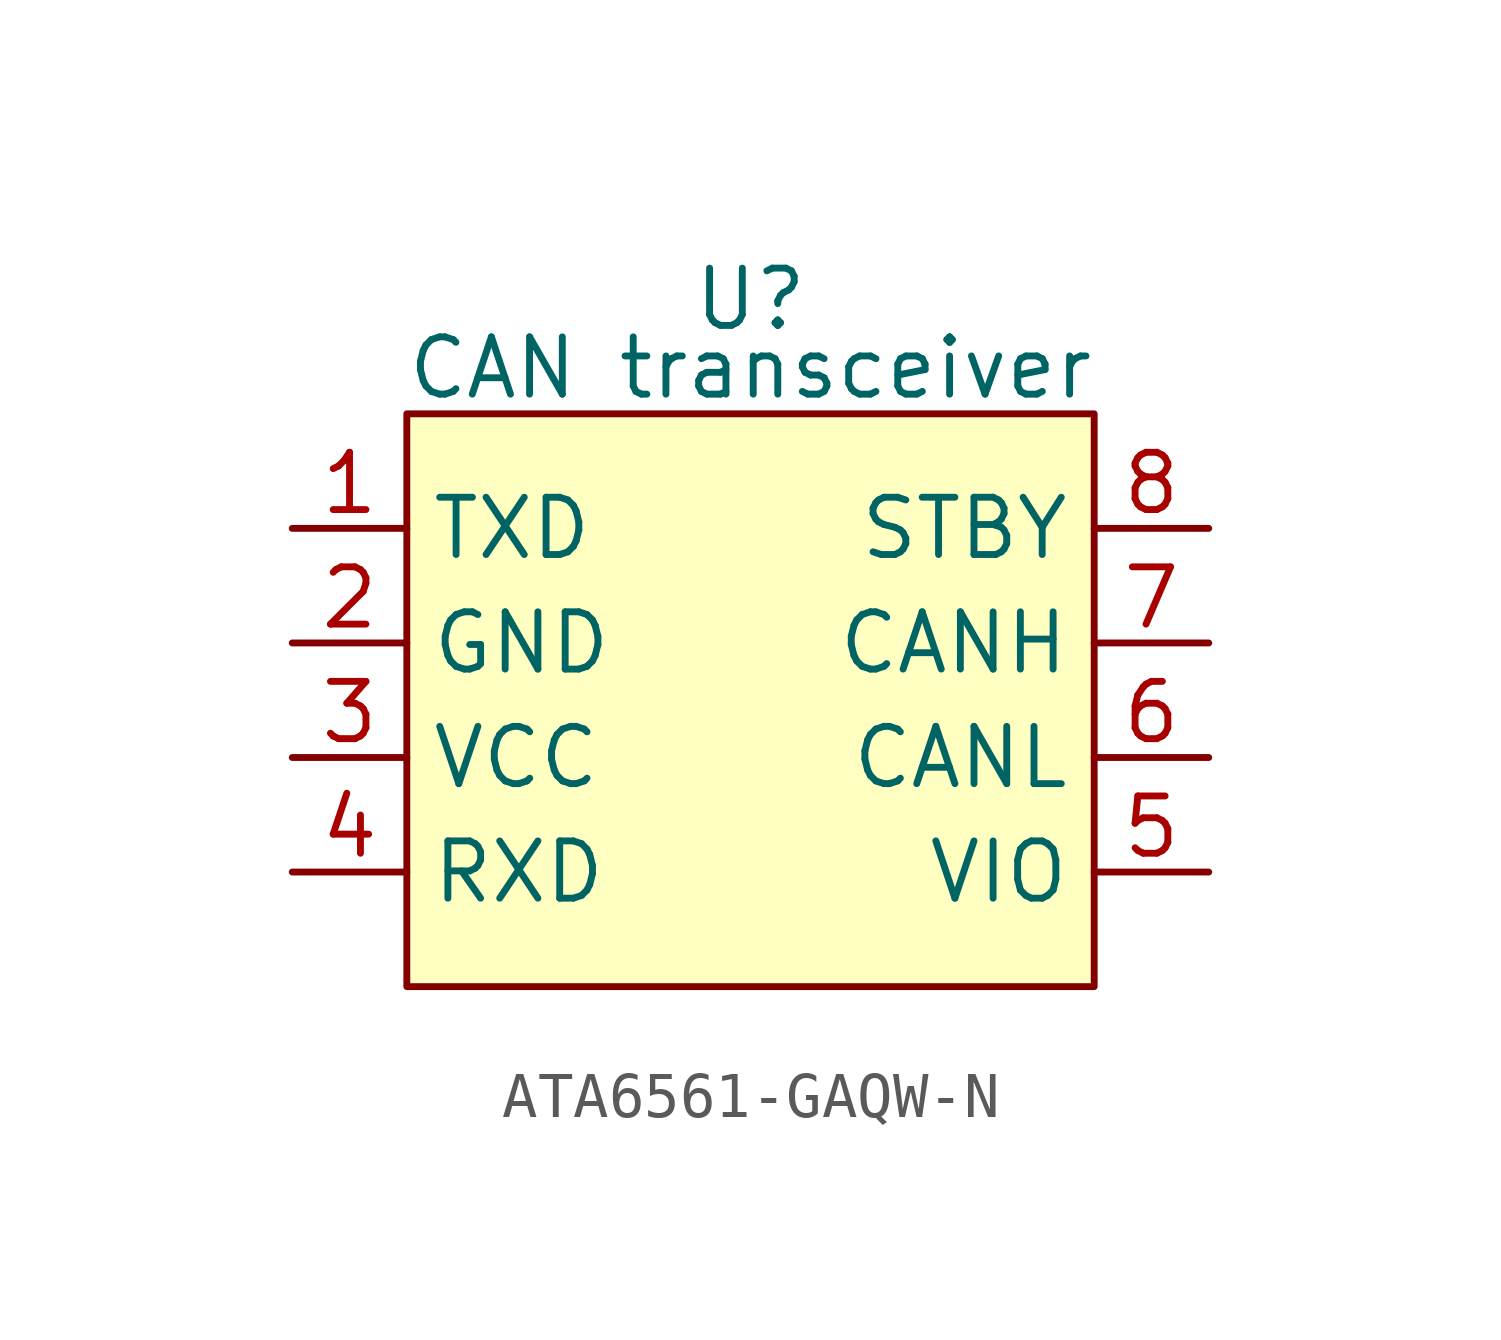
<source format=kicad_sym>
(kicad_symbol_lib
  (version 20241209)
  (generator "kicad_symbol_editor")
  (generator_version "9.0")
  (symbol "ATA6561-GAQW-N"
    (property "Reference" "U"
      (at 0 10.16 0)
      (effects (font (size 1.27 1.27))))
    (property "Value" "CAN transceiver"
      (at 0 8.636 0)
      (effects (font (size 1.27 1.27))))
    (symbol "ATA6561-GAQW-N_1_1"
      (rectangle (start -7.62 7.62) (end 7.62 -5.08) (stroke (width 0) (type solid)) (fill (type background)))
      (pin input line (at -10.16 5.08 0) (length 2.54) (name "TXD" (effects (font (size 1.27 1.27)))) (number "1" (effects (font (size 1.27 1.27)))))
      (pin input line (at -10.16 2.54 0) (length 2.54) (name "GND" (effects (font (size 1.27 1.27)))) (number "2" (effects (font (size 1.27 1.27)))))
      (pin input line (at -10.16 0 0) (length 2.54) (name "VCC" (effects (font (size 1.27 1.27)))) (number "3" (effects (font (size 1.27 1.27)))))
      (pin input line (at -10.16 -2.54 0) (length 2.54) (name "RXD" (effects (font (size 1.27 1.27)))) (number "4" (effects (font (size 1.27 1.27)))))
      (pin input line (at 10.16 5.08 180) (length 2.54) (name "STBY" (effects (font (size 1.27 1.27)))) (number "8" (effects (font (size 1.27 1.27)))))
      (pin input line (at 10.16 2.54 180) (length 2.54) (name "CANH" (effects (font (size 1.27 1.27)))) (number "7" (effects (font (size 1.27 1.27)))))
      (pin input line (at 10.16 0 180) (length 2.54) (name "CANL" (effects (font (size 1.27 1.27)))) (number "6" (effects (font (size 1.27 1.27)))))
      (pin input line (at 10.16 -2.54 180) (length 2.54) (name "VIO" (effects (font (size 1.27 1.27)))) (number "5" (effects (font (size 1.27 1.27))))))))
</source>
